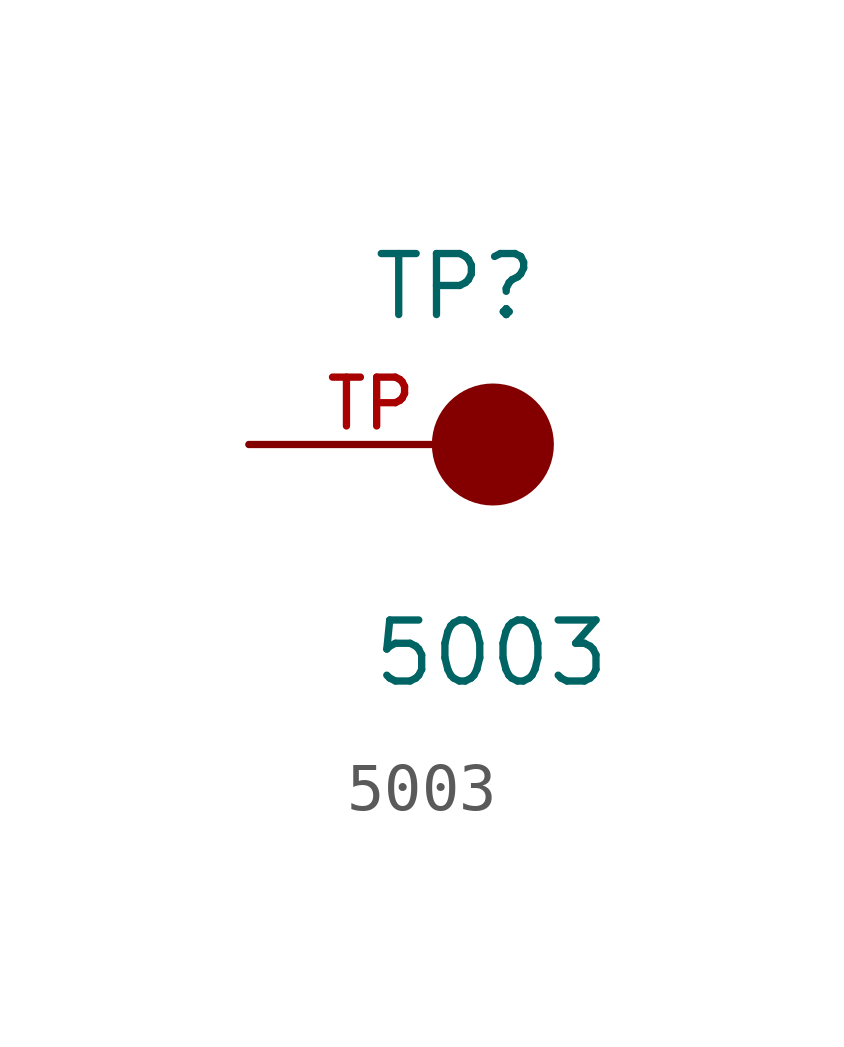
<source format=kicad_sym>
(kicad_symbol_lib
  (version 20231120)
  (generator "kicad_symbol_editor")
  (generator_version "8.0")
  (symbol "5003"
    (pin_names
      (offset 1.016))
    (property "Reference" "TP"
      (at -2.544 2.542 0)
      (effects (font (size 1.27 1.27)) (justify left bottom)))
    (property "Value" "5003"
      (at -2.55 -5.087 0)
      (effects (font (size 1.27 1.27)) (justify left bottom)))
    (symbol "5003_0_0"
      (circle (center 0 0) (radius 0.635) (stroke (width 1.27) (type default)) (fill (type none)))
      (pin passive line (at -5.08 0 0) (length 5.08) (name "~" (effects (font (size 1.016 1.016)))) (number "TP" (effects (font (size 1.016 1.016))))))))
</source>
